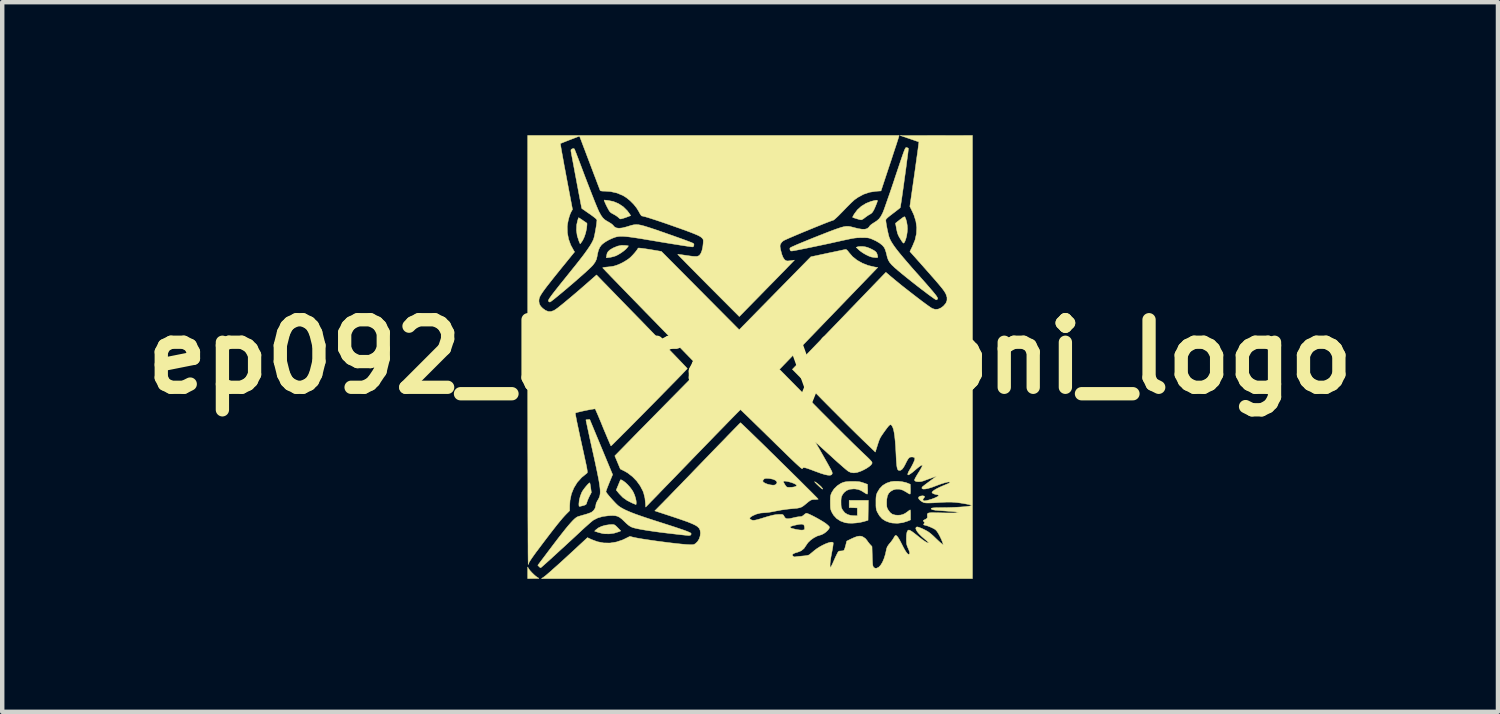
<source format=kicad_pcb>
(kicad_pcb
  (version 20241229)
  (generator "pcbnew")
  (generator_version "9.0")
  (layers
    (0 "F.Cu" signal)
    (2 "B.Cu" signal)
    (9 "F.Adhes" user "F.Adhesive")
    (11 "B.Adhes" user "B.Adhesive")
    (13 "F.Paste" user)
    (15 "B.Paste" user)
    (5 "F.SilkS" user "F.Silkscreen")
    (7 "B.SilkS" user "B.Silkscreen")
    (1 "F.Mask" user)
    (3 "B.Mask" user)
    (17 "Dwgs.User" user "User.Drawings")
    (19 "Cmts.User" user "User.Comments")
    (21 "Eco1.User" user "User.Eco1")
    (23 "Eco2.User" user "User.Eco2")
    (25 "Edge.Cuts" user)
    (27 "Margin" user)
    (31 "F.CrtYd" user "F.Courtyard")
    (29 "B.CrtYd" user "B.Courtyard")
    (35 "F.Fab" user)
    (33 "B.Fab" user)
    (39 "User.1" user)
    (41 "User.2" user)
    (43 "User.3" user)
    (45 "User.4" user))
  (footprint "ep092_library_toni_logo"
    (layer "F.Cu")
    (at 13.868 4.996)
    (property "Reference" "ep092_library_toni_logo" (at 0 0 0) (layer "F.SilkS") (effects (font (size 1.524 1.524) (thickness 0.3))))
    (attr through_hole)
    (fp_poly (pts (xy -4.992 4.784) (xy -4.965 4.821) (xy -4.926 4.864) (xy -4.881 4.909) (xy -4.837 4.948) (xy -4.799 4.976) (xy -4.783 4.986) (xy -4.768 4.993) (xy -4.764 4.998) (xy -4.777 5.001) (xy -4.807 5.003) (xy -4.859 5.003) (xy -4.88 5.003) (xy -5.016 5.004) (xy -5.016 4.743) (xy -4.992 4.784)) (stroke (width 0.01) (type solid)) (fill yes) (layer "F.SilkS"))
    (fp_poly (pts (xy 1.474 2.827) (xy 1.504 2.848) (xy 1.54 2.876) (xy 1.576 2.907) (xy 1.605 2.935) (xy 1.617 2.949) (xy 1.636 2.977) (xy 1.637 2.987) (xy 1.622 2.98) (xy 1.591 2.955) (xy 1.545 2.913) (xy 1.539 2.907) (xy 1.501 2.871) (xy 1.473 2.842) (xy 1.457 2.824) (xy 1.456 2.819) (xy 1.474 2.827)) (stroke (width 0.01) (type solid)) (fill yes) (layer "F.SilkS"))
    (fp_poly (pts (xy -3.082 3.786) (xy -3.058 3.793) (xy -3.034 3.81) (xy -3.002 3.84) (xy -2.986 3.857) (xy -2.916 3.929) (xy -2.96 3.947) (xy -3.065 3.98) (xy -3.177 3.995) (xy -3.286 3.993) (xy -3.326 3.987) (xy -3.374 3.975) (xy -3.427 3.961) (xy -3.445 3.955) (xy -3.507 3.934) (xy -3.48 3.906) (xy -3.424 3.862) (xy -3.349 3.826) (xy -3.261 3.801) (xy -3.164 3.787) (xy -3.112 3.785) (xy -3.082 3.786)) (stroke (width 0.01) (type solid)) (fill yes) (layer "F.SilkS"))
    (fp_poly (pts (xy -2.804 -2.509) (xy -2.801 -2.509) (xy -2.743 -2.5) (xy -2.77 -2.462) (xy -2.803 -2.426) (xy -2.852 -2.384) (xy -2.909 -2.343) (xy -2.969 -2.306) (xy -3.023 -2.278) (xy -3.033 -2.274) (xy -3.088 -2.257) (xy -3.147 -2.243) (xy -3.172 -2.24) (xy -3.242 -2.231) (xy -3.235 -2.286) (xy -3.224 -2.334) (xy -3.201 -2.373) (xy -3.163 -2.408) (xy -3.106 -2.443) (xy -3.084 -2.455) (xy -2.987 -2.495) (xy -2.895 -2.513) (xy -2.804 -2.509)) (stroke (width 0.01) (type solid)) (fill yes) (layer "F.SilkS"))
    (fp_poly (pts (xy -3.855 -3.13) (xy -3.829 -3.113) (xy -3.793 -3.09) (xy -3.755 -3.063) (xy -3.719 -3.039) (xy -3.692 -3.02) (xy -3.68 -3.011) (xy -3.678 -2.996) (xy -3.68 -2.962) (xy -3.685 -2.914) (xy -3.689 -2.885) (xy -3.709 -2.791) (xy -3.739 -2.702) (xy -3.775 -2.625) (xy -3.807 -2.578) (xy -3.833 -2.546) (xy -3.859 -2.606) (xy -3.899 -2.728) (xy -3.916 -2.852) (xy -3.911 -2.975) (xy -3.893 -3.058) (xy -3.881 -3.098) (xy -3.871 -3.127) (xy -3.866 -3.137) (xy -3.855 -3.13)) (stroke (width 0.01) (type solid)) (fill yes) (layer "F.SilkS"))
    (fp_poly (pts (xy -2.889 2.785) (xy -2.869 2.796) (xy -2.818 2.833) (xy -2.762 2.885) (xy -2.708 2.946) (xy -2.66 3.01) (xy -2.631 3.06) (xy -2.604 3.123) (xy -2.583 3.19) (xy -2.57 3.251) (xy -2.567 3.3) (xy -2.568 3.306) (xy -2.572 3.336) (xy -2.657 3.301) (xy -2.771 3.244) (xy -2.868 3.175) (xy -2.949 3.092) (xy -3.019 3.008) (xy -2.979 2.911) (xy -2.959 2.862) (xy -2.942 2.821) (xy -2.931 2.794) (xy -2.93 2.79) (xy -2.923 2.777) (xy -2.911 2.775) (xy -2.889 2.785)) (stroke (width 0.01) (type solid)) (fill yes) (layer "F.SilkS"))
    (fp_poly (pts (xy 2.544 -2.486) (xy 2.597 -2.479) (xy 2.647 -2.466) (xy 2.702 -2.444) (xy 2.736 -2.428) (xy 2.791 -2.399) (xy 2.827 -2.374) (xy 2.851 -2.348) (xy 2.866 -2.313) (xy 2.877 -2.27) (xy 2.881 -2.248) (xy 2.873 -2.238) (xy 2.848 -2.236) (xy 2.837 -2.236) (xy 2.789 -2.241) (xy 2.741 -2.249) (xy 2.738 -2.249) (xy 2.679 -2.27) (xy 2.611 -2.303) (xy 2.541 -2.344) (xy 2.479 -2.389) (xy 2.457 -2.408) (xy 2.394 -2.467) (xy 2.426 -2.479) (xy 2.455 -2.485) (xy 2.499 -2.487) (xy 2.544 -2.486)) (stroke (width 0.01) (type solid)) (fill yes) (layer "F.SilkS"))
    (fp_poly (pts (xy -3.208 -3.526) (xy -3.083 -3.501) (xy -2.966 -3.452) (xy -2.861 -3.383) (xy -2.77 -3.293) (xy -2.725 -3.233) (xy -2.692 -3.183) (xy -2.752 -3.16) (xy -2.803 -3.141) (xy -2.857 -3.123) (xy -2.872 -3.119) (xy -2.908 -3.109) (xy -2.93 -3.108) (xy -2.948 -3.12) (xy -2.966 -3.138) (xy -2.996 -3.163) (xy -3.039 -3.192) (xy -3.082 -3.216) (xy -3.121 -3.237) (xy -3.148 -3.256) (xy -3.169 -3.279) (xy -3.19 -3.313) (xy -3.217 -3.363) (xy -3.218 -3.365) (xy -3.244 -3.416) (xy -3.265 -3.461) (xy -3.279 -3.494) (xy -3.283 -3.504) (xy -3.292 -3.534) (xy -3.208 -3.526)) (stroke (width 0.01) (type solid)) (fill yes) (layer "F.SilkS"))
    (fp_poly (pts (xy 3.488 -3.155) (xy 3.494 -3.149) (xy 3.514 -3.103) (xy 3.532 -3.04) (xy 3.544 -2.967) (xy 3.549 -2.892) (xy 3.549 -2.883) (xy 3.544 -2.81) (xy 3.533 -2.734) (xy 3.515 -2.664) (xy 3.494 -2.605) (xy 3.476 -2.573) (xy 3.467 -2.563) (xy 3.457 -2.564) (xy 3.443 -2.578) (xy 3.421 -2.608) (xy 3.4 -2.641) (xy 3.367 -2.694) (xy 3.344 -2.738) (xy 3.327 -2.781) (xy 3.314 -2.832) (xy 3.3 -2.898) (xy 3.298 -2.912) (xy 3.28 -3.011) (xy 3.332 -3.053) (xy 3.39 -3.098) (xy 3.431 -3.129) (xy 3.459 -3.148) (xy 3.477 -3.156) (xy 3.488 -3.155)) (stroke (width 0.01) (type solid)) (fill yes) (layer "F.SilkS"))
    (fp_poly (pts (xy -3.611 2.86) (xy -3.604 2.893) (xy -3.597 2.939) (xy -3.594 2.957) (xy -3.58 3.063) (xy -3.624 3.147) (xy -3.648 3.198) (xy -3.669 3.248) (xy -3.682 3.286) (xy -3.689 3.311) (xy -3.698 3.328) (xy -3.714 3.34) (xy -3.741 3.351) (xy -3.785 3.363) (xy -3.826 3.373) (xy -3.847 3.376) (xy -3.857 3.371) (xy -3.86 3.35) (xy -3.861 3.319) (xy -3.853 3.236) (xy -3.83 3.147) (xy -3.797 3.062) (xy -3.787 3.043) (xy -3.766 3.01) (xy -3.737 2.97) (xy -3.705 2.93) (xy -3.672 2.892) (xy -3.644 2.863) (xy -3.623 2.846) (xy -3.615 2.845) (xy -3.611 2.86)) (stroke (width 0.01) (type solid)) (fill yes) (layer "F.SilkS"))
    (fp_poly (pts (xy 2.87 -3.527) (xy 2.873 -3.513) (xy 2.865 -3.486) (xy 2.857 -3.464) (xy 2.824 -3.382) (xy 2.797 -3.322) (xy 2.772 -3.277) (xy 2.749 -3.246) (xy 2.724 -3.225) (xy 2.703 -3.213) (xy 2.661 -3.188) (xy 2.614 -3.155) (xy 2.589 -3.136) (xy 2.553 -3.109) (xy 2.522 -3.092) (xy 2.506 -3.087) (xy 2.482 -3.091) (xy 2.443 -3.101) (xy 2.4 -3.114) (xy 2.358 -3.127) (xy 2.327 -3.138) (xy 2.313 -3.144) (xy 2.313 -3.144) (xy 2.316 -3.157) (xy 2.33 -3.184) (xy 2.351 -3.22) (xy 2.421 -3.314) (xy 2.51 -3.394) (xy 2.614 -3.458) (xy 2.727 -3.503) (xy 2.759 -3.511) (xy 2.816 -3.525) (xy 2.852 -3.53) (xy 2.87 -3.527)) (stroke (width 0.01) (type solid)) (fill yes) (layer "F.SilkS"))
    (fp_poly (pts (xy 3.337 2.809) (xy 3.426 2.819) (xy 3.507 2.836) (xy 3.539 2.847) (xy 3.613 2.877) (xy 3.617 2.988) (xy 3.617 3.049) (xy 3.614 3.086) (xy 3.607 3.099) (xy 3.606 3.099) (xy 3.589 3.092) (xy 3.558 3.075) (xy 3.536 3.06) (xy 3.45 3.011) (xy 3.368 2.987) (xy 3.29 2.987) (xy 3.229 3.004) (xy 3.169 3.038) (xy 3.125 3.082) (xy 3.097 3.142) (xy 3.083 3.219) (xy 3.08 3.283) (xy 3.081 3.34) (xy 3.084 3.381) (xy 3.092 3.412) (xy 3.106 3.441) (xy 3.115 3.456) (xy 3.158 3.514) (xy 3.208 3.552) (xy 3.272 3.571) (xy 3.334 3.575) (xy 3.397 3.571) (xy 3.45 3.557) (xy 3.502 3.531) (xy 3.558 3.491) (xy 3.587 3.469) (xy 3.607 3.456) (xy 3.612 3.454) (xy 3.615 3.466) (xy 3.618 3.498) (xy 3.619 3.543) (xy 3.619 3.567) (xy 3.619 3.68) (xy 3.559 3.705) (xy 3.445 3.742) (xy 3.326 3.757) (xy 3.209 3.751) (xy 3.15 3.739) (xy 3.056 3.704) (xy 2.98 3.655) (xy 2.919 3.588) (xy 2.871 3.505) (xy 2.857 3.473) (xy 2.848 3.442) (xy 2.842 3.408) (xy 2.839 3.363) (xy 2.839 3.301) (xy 2.839 3.283) (xy 2.839 3.214) (xy 2.842 3.164) (xy 2.847 3.127) (xy 2.856 3.096) (xy 2.867 3.068) (xy 2.922 2.976) (xy 2.991 2.904) (xy 3.077 2.852) (xy 3.174 2.819) (xy 3.249 2.809) (xy 3.337 2.809)) (stroke (width 0.01) (type solid)) (fill yes) (layer "F.SilkS"))
    (fp_poly (pts (xy 2.383 2.814) (xy 2.436 2.817) (xy 2.479 2.822) (xy 2.517 2.832) (xy 2.559 2.846) (xy 2.648 2.878) (xy 2.652 2.988) (xy 2.652 3.049) (xy 2.649 3.086) (xy 2.642 3.099) (xy 2.641 3.099) (xy 2.623 3.092) (xy 2.593 3.075) (xy 2.571 3.06) (xy 2.502 3.018) (xy 2.438 2.993) (xy 2.369 2.982) (xy 2.336 2.981) (xy 2.248 2.989) (xy 2.176 3.017) (xy 2.118 3.065) (xy 2.089 3.105) (xy 2.071 3.137) (xy 2.06 3.165) (xy 2.054 3.197) (xy 2.051 3.241) (xy 2.051 3.283) (xy 2.052 3.34) (xy 2.055 3.38) (xy 2.062 3.41) (xy 2.076 3.438) (xy 2.089 3.461) (xy 2.136 3.519) (xy 2.195 3.557) (xy 2.269 3.579) (xy 2.331 3.585) (xy 2.419 3.588) (xy 2.419 3.41) (xy 2.327 3.406) (xy 2.235 3.402) (xy 2.235 3.239) (xy 2.668 3.239) (xy 2.661 3.689) (xy 2.559 3.719) (xy 2.48 3.737) (xy 2.391 3.749) (xy 2.302 3.755) (xy 2.219 3.753) (xy 2.151 3.745) (xy 2.14 3.742) (xy 2.037 3.704) (xy 1.95 3.647) (xy 1.882 3.572) (xy 1.843 3.505) (xy 1.829 3.473) (xy 1.819 3.443) (xy 1.813 3.409) (xy 1.811 3.364) (xy 1.81 3.303) (xy 1.81 3.283) (xy 1.81 3.217) (xy 1.812 3.169) (xy 1.817 3.133) (xy 1.825 3.104) (xy 1.838 3.073) (xy 1.845 3.058) (xy 1.895 2.981) (xy 1.964 2.913) (xy 2.043 2.86) (xy 2.08 2.843) (xy 2.116 2.83) (xy 2.151 2.822) (xy 2.193 2.817) (xy 2.248 2.814) (xy 2.311 2.814) (xy 2.383 2.814)) (stroke (width 0.01) (type solid)) (fill yes) (layer "F.SilkS"))
    (fp_poly (pts (xy -3.1 2.659) (xy -3.176 2.842) (xy -3.202 2.907) (xy -3.224 2.963) (xy -3.24 3.008) (xy -3.25 3.036) (xy -3.251 3.043) (xy -3.243 3.06) (xy -3.22 3.092) (xy -3.187 3.133) (xy -3.146 3.181) (xy -3.101 3.231) (xy -3.056 3.28) (xy -3.015 3.322) (xy -2.98 3.355) (xy -2.962 3.369) (xy -2.919 3.399) (xy -2.87 3.427) (xy -2.812 3.457) (xy -2.744 3.487) (xy -2.664 3.52) (xy -2.569 3.556) (xy -2.458 3.595) (xy -2.328 3.639) (xy -2.178 3.688) (xy -2.006 3.743) (xy -2 3.745) (xy -1.841 3.796) (xy -1.705 3.84) (xy -1.592 3.878) (xy -1.501 3.909) (xy -1.43 3.935) (xy -1.38 3.956) (xy -1.348 3.971) (xy -1.337 3.979) (xy -1.327 3.997) (xy -1.337 4.017) (xy -1.343 4.024) (xy -1.353 4.028) (xy -1.37 4.031) (xy -1.397 4.031) (xy -1.437 4.028) (xy -1.494 4.022) (xy -1.57 4.014) (xy -1.638 4.006) (xy -1.837 3.983) (xy -2.018 3.961) (xy -2.179 3.939) (xy -2.321 3.918) (xy -2.441 3.898) (xy -2.539 3.879) (xy -2.613 3.862) (xy -2.659 3.848) (xy -2.699 3.829) (xy -2.742 3.8) (xy -2.791 3.758) (xy -2.833 3.717) (xy -2.892 3.661) (xy -2.943 3.622) (xy -2.991 3.598) (xy -3.044 3.585) (xy -3.109 3.582) (xy -3.185 3.585) (xy -3.32 3.602) (xy -3.435 3.635) (xy -3.532 3.684) (xy -3.537 3.688) (xy -3.563 3.708) (xy -3.605 3.743) (xy -3.658 3.79) (xy -3.721 3.846) (xy -3.789 3.908) (xy -3.854 3.969) (xy -3.927 4.037) (xy -4.006 4.11) (xy -4.09 4.187) (xy -4.176 4.267) (xy -4.263 4.346) (xy -4.348 4.424) (xy -4.429 4.498) (xy -4.504 4.567) (xy -4.572 4.628) (xy -4.629 4.679) (xy -4.675 4.72) (xy -4.706 4.747) (xy -4.722 4.759) (xy -4.722 4.76) (xy -4.737 4.754) (xy -4.759 4.735) (xy -4.76 4.733) (xy -4.788 4.704) (xy -4.545 4.381) (xy -4.431 4.23) (xy -4.33 4.098) (xy -4.241 3.984) (xy -4.165 3.888) (xy -4.099 3.808) (xy -4.042 3.743) (xy -3.995 3.692) (xy -3.955 3.654) (xy -3.922 3.628) (xy -3.895 3.612) (xy -3.89 3.609) (xy -3.862 3.6) (xy -3.818 3.587) (xy -3.764 3.571) (xy -3.734 3.563) (xy -3.677 3.546) (xy -3.626 3.528) (xy -3.587 3.513) (xy -3.575 3.507) (xy -3.529 3.468) (xy -3.496 3.418) (xy -3.48 3.363) (xy -3.48 3.353) (xy -3.47 3.303) (xy -3.444 3.251) (xy -3.425 3.22) (xy -3.41 3.191) (xy -3.397 3.161) (xy -3.388 3.129) (xy -3.382 3.092) (xy -3.38 3.05) (xy -3.382 2.999) (xy -3.388 2.939) (xy -3.398 2.867) (xy -3.412 2.782) (xy -3.432 2.681) (xy -3.456 2.563) (xy -3.485 2.427) (xy -3.519 2.27) (xy -3.559 2.09) (xy -3.568 2.051) (xy -3.595 1.929) (xy -3.62 1.815) (xy -3.642 1.711) (xy -3.662 1.62) (xy -3.678 1.543) (xy -3.691 1.483) (xy -3.699 1.443) (xy -3.702 1.425) (xy -3.702 1.424) (xy -3.687 1.421) (xy -3.659 1.418) (xy -3.657 1.418) (xy -3.616 1.416) (xy -3.1 2.659)) (stroke (width 0.01) (type solid)) (fill yes) (layer "F.SilkS"))
    (fp_poly (pts (xy -3.963 -4.687) (xy -3.962 -4.685) (xy -3.955 -4.67) (xy -3.941 -4.634) (xy -3.919 -4.579) (xy -3.893 -4.51) (xy -3.861 -4.428) (xy -3.827 -4.338) (xy -3.803 -4.274) (xy -3.73 -4.08) (xy -3.662 -3.903) (xy -3.601 -3.746) (xy -3.547 -3.608) (xy -3.501 -3.491) (xy -3.461 -3.394) (xy -3.43 -3.321) (xy -3.407 -3.27) (xy -3.403 -3.263) (xy -3.363 -3.19) (xy -3.323 -3.134) (xy -3.278 -3.091) (xy -3.223 -3.055) (xy -3.2 -3.043) (xy -3.155 -3.016) (xy -3.116 -2.989) (xy -3.092 -2.967) (xy -3.09 -2.964) (xy -3.057 -2.927) (xy -3.013 -2.905) (xy -2.956 -2.898) (xy -2.884 -2.905) (xy -2.795 -2.927) (xy -2.749 -2.941) (xy -2.682 -2.962) (xy -2.626 -2.975) (xy -2.575 -2.98) (xy -2.522 -2.978) (xy -2.462 -2.967) (xy -2.388 -2.948) (xy -2.324 -2.928) (xy -2.272 -2.912) (xy -2.2 -2.888) (xy -2.113 -2.859) (xy -2.015 -2.825) (xy -1.909 -2.788) (xy -1.801 -2.75) (xy -1.693 -2.712) (xy -1.592 -2.676) (xy -1.5 -2.643) (xy -1.422 -2.614) (xy -1.364 -2.592) (xy -1.315 -2.573) (xy -1.285 -2.559) (xy -1.27 -2.546) (xy -1.266 -2.533) (xy -1.267 -2.515) (xy -1.278 -2.485) (xy -1.296 -2.477) (xy -1.319 -2.479) (xy -1.365 -2.485) (xy -1.433 -2.495) (xy -1.52 -2.508) (xy -1.625 -2.525) (xy -1.746 -2.544) (xy -1.88 -2.566) (xy -2.027 -2.59) (xy -2.184 -2.617) (xy -2.295 -2.635) (xy -2.44 -2.66) (xy -2.562 -2.679) (xy -2.664 -2.694) (xy -2.749 -2.705) (xy -2.819 -2.712) (xy -2.877 -2.716) (xy -2.926 -2.716) (xy -2.968 -2.712) (xy -3.005 -2.706) (xy -3.036 -2.698) (xy -3.109 -2.671) (xy -3.185 -2.636) (xy -3.257 -2.595) (xy -3.317 -2.552) (xy -3.352 -2.521) (xy -3.391 -2.467) (xy -3.42 -2.401) (xy -3.441 -2.317) (xy -3.449 -2.267) (xy -3.465 -2.198) (xy -3.495 -2.135) (xy -3.542 -2.07) (xy -3.555 -2.055) (xy -3.583 -2.026) (xy -3.626 -1.985) (xy -3.681 -1.934) (xy -3.747 -1.874) (xy -3.821 -1.809) (xy -3.901 -1.739) (xy -3.984 -1.666) (xy -4.069 -1.594) (xy -4.153 -1.522) (xy -4.233 -1.455) (xy -4.308 -1.393) (xy -4.375 -1.338) (xy -4.431 -1.292) (xy -4.476 -1.258) (xy -4.505 -1.238) (xy -4.516 -1.232) (xy -4.536 -1.241) (xy -4.545 -1.249) (xy -4.548 -1.255) (xy -4.55 -1.263) (xy -4.547 -1.274) (xy -4.54 -1.29) (xy -4.528 -1.312) (xy -4.508 -1.34) (xy -4.481 -1.378) (xy -4.446 -1.425) (xy -4.4 -1.484) (xy -4.344 -1.555) (xy -4.277 -1.64) (xy -4.196 -1.74) (xy -4.102 -1.857) (xy -3.994 -1.992) (xy -3.956 -2.038) (xy -3.844 -2.18) (xy -3.748 -2.305) (xy -3.67 -2.413) (xy -3.608 -2.505) (xy -3.563 -2.582) (xy -3.533 -2.644) (xy -3.53 -2.652) (xy -3.519 -2.69) (xy -3.506 -2.745) (xy -3.493 -2.813) (xy -3.48 -2.885) (xy -3.468 -2.956) (xy -3.46 -3.019) (xy -3.455 -3.067) (xy -3.454 -3.081) (xy -3.461 -3.096) (xy -3.48 -3.117) (xy -3.516 -3.146) (xy -3.569 -3.186) (xy -3.625 -3.225) (xy -3.796 -3.344) (xy -3.809 -3.409) (xy -3.817 -3.448) (xy -3.828 -3.506) (xy -3.842 -3.58) (xy -3.859 -3.668) (xy -3.877 -3.765) (xy -3.897 -3.869) (xy -3.917 -3.978) (xy -3.938 -4.087) (xy -3.958 -4.195) (xy -3.977 -4.298) (xy -3.995 -4.393) (xy -4.011 -4.478) (xy -4.024 -4.548) (xy -4.034 -4.602) (xy -4.04 -4.636) (xy -4.041 -4.647) (xy -4.038 -4.671) (xy -4.016 -4.687) (xy -4.009 -4.69) (xy -3.979 -4.696) (xy -3.963 -4.687)) (stroke (width 0.01) (type solid)) (fill yes) (layer "F.SilkS"))
    (fp_poly (pts (xy 3.53 -4.718) (xy 3.531 -4.718) (xy 3.558 -4.709) (xy 3.571 -4.701) (xy 3.571 -4.688) (xy 3.567 -4.652) (xy 3.561 -4.597) (xy 3.552 -4.525) (xy 3.54 -4.44) (xy 3.528 -4.344) (xy 3.514 -4.239) (xy 3.499 -4.129) (xy 3.483 -4.017) (xy 3.468 -3.905) (xy 3.453 -3.796) (xy 3.438 -3.693) (xy 3.425 -3.6) (xy 3.413 -3.517) (xy 3.402 -3.45) (xy 3.394 -3.4) (xy 3.389 -3.37) (xy 3.388 -3.363) (xy 3.377 -3.353) (xy 3.349 -3.33) (xy 3.308 -3.298) (xy 3.258 -3.259) (xy 3.223 -3.233) (xy 3.158 -3.183) (xy 3.111 -3.145) (xy 3.081 -3.117) (xy 3.065 -3.097) (xy 3.061 -3.082) (xy 3.064 -3.049) (xy 3.071 -2.998) (xy 3.082 -2.935) (xy 3.095 -2.868) (xy 3.11 -2.802) (xy 3.123 -2.744) (xy 3.135 -2.701) (xy 3.137 -2.695) (xy 3.155 -2.651) (xy 3.179 -2.604) (xy 3.212 -2.55) (xy 3.253 -2.489) (xy 3.305 -2.419) (xy 3.369 -2.339) (xy 3.445 -2.247) (xy 3.536 -2.141) (xy 3.641 -2.019) (xy 3.763 -1.881) (xy 3.765 -1.88) (xy 3.869 -1.762) (xy 3.957 -1.663) (xy 4.03 -1.579) (xy 4.09 -1.509) (xy 4.138 -1.453) (xy 4.174 -1.408) (xy 4.201 -1.373) (xy 4.218 -1.346) (xy 4.228 -1.327) (xy 4.232 -1.313) (xy 4.23 -1.303) (xy 4.228 -1.3) (xy 4.208 -1.285) (xy 4.199 -1.283) (xy 4.185 -1.29) (xy 4.154 -1.31) (xy 4.109 -1.342) (xy 4.053 -1.382) (xy 3.99 -1.428) (xy 3.969 -1.445) (xy 3.861 -1.526) (xy 3.75 -1.612) (xy 3.638 -1.7) (xy 3.529 -1.787) (xy 3.429 -1.868) (xy 3.34 -1.942) (xy 3.268 -2.004) (xy 3.261 -2.01) (xy 3.197 -2.071) (xy 3.15 -2.126) (xy 3.117 -2.182) (xy 3.094 -2.247) (xy 3.081 -2.304) (xy 3.066 -2.361) (xy 3.048 -2.416) (xy 3.029 -2.458) (xy 3.028 -2.461) (xy 2.986 -2.512) (xy 2.922 -2.563) (xy 2.838 -2.613) (xy 2.759 -2.649) (xy 2.72 -2.665) (xy 2.685 -2.676) (xy 2.649 -2.682) (xy 2.604 -2.685) (xy 2.542 -2.686) (xy 2.521 -2.686) (xy 2.474 -2.685) (xy 2.432 -2.684) (xy 2.39 -2.68) (xy 2.346 -2.675) (xy 2.294 -2.666) (xy 2.23 -2.653) (xy 2.151 -2.636) (xy 2.053 -2.615) (xy 2.019 -2.607) (xy 1.923 -2.586) (xy 1.817 -2.562) (xy 1.705 -2.538) (xy 1.591 -2.514) (xy 1.477 -2.49) (xy 1.366 -2.467) (xy 1.261 -2.445) (xy 1.166 -2.426) (xy 1.084 -2.41) (xy 1.018 -2.397) (xy 0.97 -2.389) (xy 0.947 -2.385) (xy 0.919 -2.386) (xy 0.905 -2.403) (xy 0.9 -2.417) (xy 0.897 -2.437) (xy 0.901 -2.451) (xy 0.917 -2.464) (xy 0.951 -2.481) (xy 0.974 -2.491) (xy 1.045 -2.523) (xy 1.135 -2.561) (xy 1.238 -2.603) (xy 1.35 -2.649) (xy 1.466 -2.696) (xy 1.583 -2.742) (xy 1.695 -2.786) (xy 1.798 -2.826) (xy 1.888 -2.86) (xy 1.961 -2.886) (xy 1.974 -2.89) (xy 2.054 -2.917) (xy 2.117 -2.933) (xy 2.17 -2.941) (xy 2.219 -2.941) (xy 2.272 -2.932) (xy 2.334 -2.916) (xy 2.338 -2.915) (xy 2.442 -2.889) (xy 2.525 -2.876) (xy 2.591 -2.876) (xy 2.641 -2.89) (xy 2.677 -2.918) (xy 2.693 -2.942) (xy 2.712 -2.964) (xy 2.747 -2.992) (xy 2.79 -3.02) (xy 2.795 -3.023) (xy 2.859 -3.065) (xy 2.908 -3.108) (xy 2.948 -3.161) (xy 2.985 -3.23) (xy 2.992 -3.245) (xy 3.004 -3.273) (xy 3.023 -3.323) (xy 3.048 -3.393) (xy 3.078 -3.479) (xy 3.113 -3.579) (xy 3.152 -3.69) (xy 3.193 -3.811) (xy 3.236 -3.938) (xy 3.266 -4.03) (xy 3.315 -4.176) (xy 3.357 -4.301) (xy 3.392 -4.405) (xy 3.421 -4.49) (xy 3.445 -4.559) (xy 3.464 -4.612) (xy 3.48 -4.653) (xy 3.492 -4.682) (xy 3.502 -4.701) (xy 3.51 -4.712) (xy 3.517 -4.718) (xy 3.523 -4.719) (xy 3.53 -4.718)) (stroke (width 0.01) (type solid)) (fill yes) (layer "F.SilkS"))
    (fp_poly (pts (xy -2.474 -2.449) (xy -2.414 -2.442) (xy -2.332 -2.43) (xy -2.261 -2.419) (xy -2 -2.375) (xy -1.122 -1.491) (xy -0.245 -0.608) (xy 0.563 -1.431) (xy 1.371 -2.254) (xy 1.755 -2.336) (xy 1.851 -2.356) (xy 1.94 -2.375) (xy 2.018 -2.391) (xy 2.081 -2.405) (xy 2.128 -2.415) (xy 2.155 -2.42) (xy 2.159 -2.421) (xy 2.176 -2.413) (xy 2.203 -2.387) (xy 2.23 -2.352) (xy 2.311 -2.258) (xy 2.413 -2.177) (xy 2.532 -2.11) (xy 2.664 -2.058) (xy 2.809 -2.024) (xy 2.814 -2.023) (xy 2.879 -2.013) (xy 1.771 -0.864) (xy 0.663 0.285) (xy 1.283 0.914) (xy 1.459 1.093) (xy 1.619 1.255) (xy 1.765 1.401) (xy 1.897 1.534) (xy 2.019 1.655) (xy 2.13 1.766) (xy 2.233 1.867) (xy 2.329 1.962) (xy 2.42 2.05) (xy 2.507 2.134) (xy 2.571 2.195) (xy 2.635 2.255) (xy 2.682 2.301) (xy 2.715 2.335) (xy 2.737 2.36) (xy 2.748 2.377) (xy 2.752 2.391) (xy 2.751 2.403) (xy 2.749 2.41) (xy 2.727 2.441) (xy 2.686 2.477) (xy 2.628 2.516) (xy 2.558 2.554) (xy 2.502 2.58) (xy 2.415 2.61) (xy 2.341 2.62) (xy 2.276 2.612) (xy 2.22 2.587) (xy 2.198 2.571) (xy 2.16 2.54) (xy 2.108 2.496) (xy 2.046 2.441) (xy 1.974 2.378) (xy 1.897 2.309) (xy 1.825 2.242) (xy 1.746 2.171) (xy 1.674 2.105) (xy 1.61 2.048) (xy 1.557 1.999) (xy 1.515 1.962) (xy 1.488 1.939) (xy 1.477 1.93) (xy 1.477 1.93) (xy 1.479 1.94) (xy 1.492 1.963) (xy 1.497 1.972) (xy 1.525 2.018) (xy 1.56 2.077) (xy 1.599 2.146) (xy 1.641 2.22) (xy 1.684 2.296) (xy 1.726 2.37) (xy 1.765 2.44) (xy 1.799 2.502) (xy 1.826 2.552) (xy 1.843 2.586) (xy 1.85 2.602) (xy 1.853 2.638) (xy 1.839 2.662) (xy 1.807 2.673) (xy 1.757 2.672) (xy 1.688 2.658) (xy 1.599 2.631) (xy 1.489 2.591) (xy 1.478 2.587) (xy 1.388 2.553) (xy 1.319 2.528) (xy 1.267 2.511) (xy 1.231 2.502) (xy 1.207 2.501) (xy 1.192 2.506) (xy 1.184 2.517) (xy 1.182 2.523) (xy 1.179 2.526) (xy 1.171 2.524) (xy 1.157 2.516) (xy 1.137 2.5) (xy 1.108 2.475) (xy 1.071 2.441) (xy 1.023 2.397) (xy 0.963 2.34) (xy 0.891 2.271) (xy 0.806 2.188) (xy 0.706 2.09) (xy 0.589 1.977) (xy 0.483 1.872) (xy 0.372 1.764) (xy 0.267 1.661) (xy 0.168 1.565) (xy 0.078 1.477) (xy -0.003 1.398) (xy -0.073 1.33) (xy -0.131 1.275) (xy -0.175 1.232) (xy -0.204 1.205) (xy -0.217 1.194) (xy -0.217 1.194) (xy -0.227 1.203) (xy -0.253 1.229) (xy -0.295 1.271) (xy -0.351 1.328) (xy -0.421 1.399) (xy -0.502 1.482) (xy -0.595 1.578) (xy -0.698 1.683) (xy -0.81 1.798) (xy -0.929 1.921) (xy -1.056 2.052) (xy -1.188 2.188) (xy -1.289 2.292) (xy -1.424 2.432) (xy -1.555 2.567) (xy -1.679 2.696) (xy -1.797 2.817) (xy -1.906 2.929) (xy -2.006 3.032) (xy -2.095 3.125) (xy -2.173 3.205) (xy -2.239 3.272) (xy -2.29 3.326) (xy -2.328 3.364) (xy -2.349 3.386) (xy -2.354 3.391) (xy -2.355 3.379) (xy -2.357 3.349) (xy -2.359 3.311) (xy -2.372 3.186) (xy -2.401 3.071) (xy -2.417 3.029) (xy -2.478 2.912) (xy -2.558 2.801) (xy -2.654 2.703) (xy -2.76 2.621) (xy -2.829 2.581) (xy -2.927 2.532) (xy -3.051 2.236) (xy -2.678 1.855) (xy -2.6 1.775) (xy -2.507 1.68) (xy -2.401 1.573) (xy -2.287 1.457) (xy -2.168 1.336) (xy -2.045 1.211) (xy -1.922 1.086) (xy -1.802 0.964) (xy -1.71 0.871) (xy -1.116 0.268) (xy -2.218 -0.864) (xy -2.357 -1.006) (xy -2.49 -1.143) (xy -2.618 -1.274) (xy -2.738 -1.397) (xy -2.85 -1.513) (xy -2.953 -1.619) (xy -3.045 -1.714) (xy -3.127 -1.798) (xy -3.195 -1.87) (xy -3.251 -1.927) (xy -3.291 -1.97) (xy -3.316 -1.996) (xy -3.325 -2.005) (xy -3.315 -2.011) (xy -3.285 -2.017) (xy -3.242 -2.022) (xy -3.227 -2.023) (xy -3.169 -2.029) (xy -3.112 -2.037) (xy -3.067 -2.045) (xy -3.065 -2.046) (xy -2.996 -2.068) (xy -2.916 -2.102) (xy -2.835 -2.145) (xy -2.762 -2.191) (xy -2.724 -2.219) (xy -2.686 -2.253) (xy -2.644 -2.296) (xy -2.602 -2.343) (xy -2.565 -2.389) (xy -2.537 -2.427) (xy -2.526 -2.449) (xy -2.511 -2.452) (xy -2.474 -2.449)) (stroke (width 0.01) (type solid)) (fill yes) (layer "F.SilkS"))
    (fp_poly (pts (xy 3.333 -4.893) (xy 3.322 -4.86) (xy 3.305 -4.805) (xy 3.281 -4.733) (xy 3.252 -4.646) (xy 3.22 -4.548) (xy 3.185 -4.44) (xy 3.147 -4.327) (xy 3.127 -4.267) (xy 2.953 -3.74) (xy 2.838 -3.732) (xy 2.696 -3.71) (xy 2.562 -3.665) (xy 2.434 -3.596) (xy 2.356 -3.541) (xy 2.328 -3.516) (xy 2.286 -3.477) (xy 2.235 -3.426) (xy 2.177 -3.368) (xy 2.117 -3.306) (xy 2.102 -3.29) (xy 2.044 -3.231) (xy 1.991 -3.177) (xy 1.944 -3.133) (xy 1.908 -3.101) (xy 1.885 -3.083) (xy 1.881 -3.081) (xy 1.845 -3.069) (xy 1.79 -3.049) (xy 1.719 -3.022) (xy 1.636 -2.989) (xy 1.542 -2.951) (xy 1.442 -2.911) (xy 1.338 -2.868) (xy 1.233 -2.825) (xy 1.132 -2.783) (xy 1.035 -2.742) (xy 0.948 -2.705) (xy 0.873 -2.673) (xy 0.813 -2.646) (xy 0.77 -2.626) (xy 0.752 -2.616) (xy 0.718 -2.587) (xy 0.692 -2.55) (xy 0.69 -2.548) (xy 0.68 -2.524) (xy 0.676 -2.5) (xy 0.678 -2.47) (xy 0.686 -2.425) (xy 0.69 -2.409) (xy 0.714 -2.315) (xy 0.742 -2.243) (xy 0.775 -2.193) (xy 0.794 -2.177) (xy 0.816 -2.165) (xy 0.841 -2.16) (xy 0.877 -2.162) (xy 0.914 -2.167) (xy 1.001 -2.179) (xy 0.853 -2.026) (xy 0.815 -1.986) (xy 0.762 -1.931) (xy 0.695 -1.863) (xy 0.618 -1.784) (xy 0.532 -1.696) (xy 0.44 -1.603) (xy 0.345 -1.506) (xy 0.249 -1.408) (xy 0.231 -1.389) (xy -0.243 -0.906) (xy -0.94 -1.605) (xy -1.05 -1.716) (xy -1.154 -1.821) (xy -1.252 -1.92) (xy -1.341 -2.01) (xy -1.421 -2.091) (xy -1.49 -2.162) (xy -1.547 -2.22) (xy -1.591 -2.265) (xy -1.619 -2.295) (xy -1.632 -2.309) (xy -1.632 -2.309) (xy -1.618 -2.309) (xy -1.585 -2.305) (xy -1.535 -2.299) (xy -1.475 -2.29) (xy -1.456 -2.287) (xy -1.364 -2.274) (xy -1.293 -2.265) (xy -1.241 -2.262) (xy -1.202 -2.263) (xy -1.173 -2.27) (xy -1.151 -2.281) (xy -1.139 -2.291) (xy -1.11 -2.332) (xy -1.085 -2.395) (xy -1.067 -2.474) (xy -1.058 -2.553) (xy -1.055 -2.601) (xy -1.056 -2.632) (xy -1.063 -2.653) (xy -1.077 -2.671) (xy -1.094 -2.688) (xy -1.111 -2.701) (xy -1.134 -2.716) (xy -1.165 -2.733) (xy -1.206 -2.751) (xy -1.259 -2.773) (xy -1.326 -2.8) (xy -1.409 -2.831) (xy -1.509 -2.868) (xy -1.631 -2.911) (xy -1.772 -2.961) (xy -1.891 -3.003) (xy -2.006 -3.042) (xy -2.113 -3.078) (xy -2.209 -3.109) (xy -2.293 -3.136) (xy -2.361 -3.156) (xy -2.412 -3.169) (xy -2.441 -3.175) (xy -2.444 -3.175) (xy -2.456 -3.186) (xy -2.476 -3.214) (xy -2.499 -3.255) (xy -2.508 -3.273) (xy -2.559 -3.356) (xy -2.627 -3.441) (xy -2.707 -3.521) (xy -2.791 -3.589) (xy -2.866 -3.636) (xy -3.003 -3.693) (xy -3.146 -3.725) (xy -3.265 -3.734) (xy -3.326 -3.735) (xy -3.364 -3.74) (xy -3.381 -3.748) (xy -3.382 -3.75) (xy -3.387 -3.764) (xy -3.401 -3.801) (xy -3.422 -3.856) (xy -3.449 -3.927) (xy -3.481 -4.013) (xy -3.519 -4.111) (xy -3.559 -4.218) (xy -3.603 -4.333) (xy -3.604 -4.337) (xy -3.648 -4.452) (xy -3.689 -4.561) (xy -3.727 -4.662) (xy -3.761 -4.75) (xy -3.789 -4.825) (xy -3.811 -4.884) (xy -3.827 -4.924) (xy -3.834 -4.942) (xy -3.834 -4.942) (xy -3.847 -4.976) (xy -4.059 -4.895) (xy -4.127 -4.869) (xy -4.187 -4.845) (xy -4.235 -4.826) (xy -4.267 -4.813) (xy -4.278 -4.807) (xy -4.277 -4.794) (xy -4.271 -4.758) (xy -4.262 -4.701) (xy -4.249 -4.626) (xy -4.232 -4.535) (xy -4.213 -4.429) (xy -4.192 -4.312) (xy -4.168 -4.186) (xy -4.145 -4.061) (xy -4.005 -3.321) (xy -4.028 -3.283) (xy -4.054 -3.23) (xy -4.079 -3.159) (xy -4.1 -3.08) (xy -4.116 -2.999) (xy -4.124 -2.934) (xy -4.12 -2.794) (xy -4.094 -2.653) (xy -4.045 -2.518) (xy -3.98 -2.399) (xy -3.958 -2.365) (xy -4.147 -2.132) (xy -4.262 -1.991) (xy -4.361 -1.868) (xy -4.446 -1.762) (xy -4.518 -1.67) (xy -4.579 -1.593) (xy -4.628 -1.528) (xy -4.668 -1.473) (xy -4.699 -1.427) (xy -4.723 -1.389) (xy -4.74 -1.357) (xy -4.751 -1.33) (xy -4.758 -1.306) (xy -4.761 -1.283) (xy -4.762 -1.261) (xy -4.763 -1.256) (xy -4.754 -1.196) (xy -4.726 -1.142) (xy -4.678 -1.092) (xy -4.612 -1.044) (xy -4.55 -1.02) (xy -4.488 -1.02) (xy -4.423 -1.043) (xy -4.39 -1.064) (xy -4.35 -1.092) (xy -4.294 -1.136) (xy -4.224 -1.192) (xy -4.143 -1.259) (xy -4.053 -1.334) (xy -3.956 -1.416) (xy -3.855 -1.502) (xy -3.753 -1.591) (xy -3.684 -1.651) (xy -3.463 -1.845) (xy -3.36 -1.739) (xy -3.337 -1.715) (xy -3.297 -1.674) (xy -3.242 -1.618) (xy -3.174 -1.548) (xy -3.093 -1.465) (xy -3.002 -1.371) (xy -2.9 -1.266) (xy -2.791 -1.154) (xy -2.674 -1.034) (xy -2.552 -0.909) (xy -2.425 -0.779) (xy -2.336 -0.687) (xy -2.21 -0.557) (xy -2.089 -0.433) (xy -1.974 -0.315) (xy -1.867 -0.204) (xy -1.768 -0.102) (xy -1.679 -0.01) (xy -1.601 0.071) (xy -1.535 0.14) (xy -1.483 0.195) (xy -1.445 0.235) (xy -1.422 0.26) (xy -1.416 0.267) (xy -1.425 0.277) (xy -1.45 0.304) (xy -1.49 0.346) (xy -1.543 0.402) (xy -1.608 0.469) (xy -1.684 0.547) (xy -1.769 0.633) (xy -1.861 0.727) (xy -1.959 0.827) (xy -2.061 0.931) (xy -2.167 1.039) (xy -2.274 1.147) (xy -2.381 1.256) (xy -2.487 1.363) (xy -2.59 1.467) (xy -2.688 1.566) (xy -2.78 1.659) (xy -2.866 1.744) (xy -2.942 1.821) (xy -3.008 1.886) (xy -3.062 1.94) (xy -3.102 1.98) (xy -3.128 2.004) (xy -3.138 2.012) (xy -3.144 2) (xy -3.159 1.967) (xy -3.181 1.915) (xy -3.21 1.849) (xy -3.243 1.769) (xy -3.281 1.68) (xy -3.315 1.598) (xy -3.354 1.501) (xy -3.391 1.413) (xy -3.424 1.334) (xy -3.452 1.269) (xy -3.474 1.219) (xy -3.488 1.187) (xy -3.493 1.177) (xy -3.507 1.176) (xy -3.542 1.181) (xy -3.591 1.189) (xy -3.65 1.2) (xy -3.714 1.213) (xy -3.779 1.227) (xy -3.839 1.241) (xy -3.889 1.253) (xy -3.925 1.263) (xy -3.941 1.27) (xy -3.94 1.284) (xy -3.935 1.32) (xy -3.924 1.377) (xy -3.91 1.451) (xy -3.891 1.541) (xy -3.869 1.644) (xy -3.845 1.758) (xy -3.818 1.881) (xy -3.804 1.945) (xy -3.772 2.09) (xy -3.745 2.213) (xy -3.723 2.315) (xy -3.705 2.398) (xy -3.691 2.464) (xy -3.681 2.516) (xy -3.675 2.555) (xy -3.671 2.583) (xy -3.67 2.602) (xy -3.672 2.614) (xy -3.675 2.621) (xy -3.679 2.625) (xy -3.8 2.724) (xy -3.899 2.835) (xy -3.975 2.959) (xy -4.03 3.094) (xy -4.061 3.24) (xy -4.069 3.359) (xy -4.07 3.473) (xy -4.147 3.55) (xy -4.187 3.592) (xy -4.235 3.646) (xy -4.291 3.713) (xy -4.357 3.794) (xy -4.434 3.892) (xy -4.523 4.007) (xy -4.625 4.141) (xy -4.682 4.216) (xy -4.761 4.322) (xy -4.827 4.409) (xy -4.879 4.481) (xy -4.92 4.539) (xy -4.951 4.585) (xy -4.974 4.621) (xy -4.99 4.65) (xy -4.999 4.673) (xy -5.004 4.689) (xy -5.005 4.68) (xy -5.005 4.645) (xy -5.006 4.588) (xy -5.007 4.507) (xy -5.008 4.405) (xy -5.008 4.281) (xy -5.009 4.137) (xy -5.009 3.974) (xy -5.01 3.792) (xy -5.011 3.592) (xy -5.011 3.376) (xy -5.012 3.144) (xy -5.012 2.897) (xy -5.013 2.635) (xy -5.013 2.36) (xy -5.014 2.073) (xy -5.014 1.774) (xy -5.014 1.464) (xy -5.015 1.144) (xy -5.015 0.815) (xy -5.015 0.478) (xy -5.015 0.134) (xy -5.015 -0.13) (xy -5.016 -4.991) (xy 3.363 -4.991) (xy 3.333 -4.893)) (stroke (width 0.01) (type solid)) (fill yes) (layer "F.SilkS"))
    (fp_poly (pts (xy 5.016 5.004) (xy 0.156 5.004) (xy -4.705 5.004) (xy -4.653 4.969) (xy -4.625 4.948) (xy -4.58 4.911) (xy -4.52 4.859) (xy -4.446 4.793) (xy -4.359 4.716) (xy -4.261 4.628) (xy -4.154 4.53) (xy -4.039 4.424) (xy -3.917 4.312) (xy -3.907 4.302) (xy -3.667 4.08) (xy -3.576 4.123) (xy -3.441 4.173) (xy -3.3 4.2) (xy -3.158 4.202) (xy -3.016 4.179) (xy -2.877 4.133) (xy -2.826 4.109) (xy -2.711 4.052) (xy -2.642 4.07) (xy -2.591 4.081) (xy -2.52 4.095) (xy -2.43 4.11) (xy -2.326 4.126) (xy -2.212 4.143) (xy -2.092 4.16) (xy -1.969 4.176) (xy -1.846 4.192) (xy -1.729 4.206) (xy -1.62 4.218) (xy -1.523 4.228) (xy -1.442 4.235) (xy -1.412 4.237) (xy -1.351 4.24) (xy -1.309 4.24) (xy -1.281 4.238) (xy -1.259 4.231) (xy -1.239 4.219) (xy -1.232 4.215) (xy -1.185 4.17) (xy -1.149 4.111) (xy -1.127 4.045) (xy -1.119 3.977) (xy -1.127 3.915) (xy -1.146 3.873) (xy -1.165 3.85) (xy -1.179 3.839) (xy 0.904 3.839) (xy 0.905 3.853) (xy 0.929 3.867) (xy 0.949 3.873) (xy 1.031 3.894) (xy 1.103 3.906) (xy 1.162 3.911) (xy 1.204 3.908) (xy 1.226 3.895) (xy 1.227 3.892) (xy 1.23 3.867) (xy 1.227 3.832) (xy 1.226 3.829) (xy 1.217 3.8) (xy 1.199 3.783) (xy 1.168 3.776) (xy 1.122 3.778) (xy 1.055 3.79) (xy 1.052 3.791) (xy 0.978 3.808) (xy 0.929 3.823) (xy 0.904 3.839) (xy -1.179 3.839) (xy -1.192 3.827) (xy -1.228 3.804) (xy -1.276 3.78) (xy -1.338 3.753) (xy -1.415 3.722) (xy -1.512 3.688) (xy -1.628 3.648) (xy -1.738 3.611) (xy -2.149 3.476) (xy -1.997 3.322) (xy -1.965 3.29) (xy -1.918 3.241) (xy -1.855 3.178) (xy -1.78 3.1) (xy -1.694 3.011) (xy -1.597 2.912) (xy -1.499 2.81) (xy 0.286 2.81) (xy 0.307 2.834) (xy 0.348 2.858) (xy 0.402 2.877) (xy 0.457 2.89) (xy 0.513 2.897) (xy 0.551 2.895) (xy 0.578 2.883) (xy 0.596 2.865) (xy 0.608 2.836) (xy 0.6 2.817) (xy 0.749 2.817) (xy 0.756 2.833) (xy 0.772 2.862) (xy 0.787 2.887) (xy 0.81 2.921) (xy 0.829 2.939) (xy 0.853 2.945) (xy 0.892 2.946) (xy 0.892 2.946) (xy 0.942 2.944) (xy 0.99 2.937) (xy 1.006 2.933) (xy 1.042 2.919) (xy 1.051 2.902) (xy 1.036 2.883) (xy 0.995 2.861) (xy 0.994 2.86) (xy 0.935 2.838) (xy 0.877 2.821) (xy 0.825 2.81) (xy 0.783 2.805) (xy 0.757 2.808) (xy 0.749 2.817) (xy 0.6 2.817) (xy 0.597 2.808) (xy 0.566 2.784) (xy 0.517 2.763) (xy 0.455 2.75) (xy 0.42 2.746) (xy 0.372 2.744) (xy 0.342 2.746) (xy 0.321 2.754) (xy 0.307 2.767) (xy 0.29 2.791) (xy 0.286 2.81) (xy -1.499 2.81) (xy -1.493 2.804) (xy -1.381 2.689) (xy -1.265 2.568) (xy -1.145 2.444) (xy -1.035 2.33) (xy -0.917 2.208) (xy -0.804 2.091) (xy -0.697 1.981) (xy -0.597 1.879) (xy -0.507 1.785) (xy -0.426 1.702) (xy -0.357 1.631) (xy -0.3 1.573) (xy -0.257 1.529) (xy -0.229 1.501) (xy -0.217 1.489) (xy -0.216 1.489) (xy -0.206 1.497) (xy -0.18 1.521) (xy -0.138 1.561) (xy -0.083 1.614) (xy -0.016 1.678) (xy 0.062 1.754) (xy 0.148 1.838) (xy 0.243 1.929) (xy 0.343 2.027) (xy 0.447 2.13) (xy 0.555 2.235) (xy 0.663 2.342) (xy 0.772 2.449) (xy 0.88 2.555) (xy 0.984 2.658) (xy 1.084 2.756) (xy 1.177 2.849) (xy 1.263 2.935) (xy 1.34 3.011) (xy 1.407 3.078) (xy 1.461 3.133) (xy 1.502 3.174) (xy 1.528 3.202) (xy 1.537 3.212) (xy 1.537 3.213) (xy 1.521 3.216) (xy 1.489 3.219) (xy 1.46 3.219) (xy 1.421 3.221) (xy 1.39 3.227) (xy 1.359 3.241) (xy 1.323 3.266) (xy 1.277 3.304) (xy 1.257 3.321) (xy 1.207 3.361) (xy 1.164 3.389) (xy 1.118 3.406) (xy 1.062 3.417) (xy 0.996 3.423) (xy 0.852 3.437) (xy 0.701 3.458) (xy 0.558 3.485) (xy 0.52 3.493) (xy 0.459 3.504) (xy 0.396 3.513) (xy 0.344 3.518) (xy 0.334 3.518) (xy 0.235 3.526) (xy 0.141 3.55) (xy 0.061 3.585) (xy 0.059 3.586) (xy 0.016 3.613) (xy -0.005 3.634) (xy -0.007 3.651) (xy 0.008 3.666) (xy 0.031 3.681) (xy 0.056 3.689) (xy 0.087 3.69) (xy 0.129 3.683) (xy 0.185 3.669) (xy 0.26 3.647) (xy 0.278 3.641) (xy 0.376 3.611) (xy 0.455 3.589) (xy 0.519 3.573) (xy 0.573 3.563) (xy 0.622 3.558) (xy 0.671 3.556) (xy 0.673 3.556) (xy 0.715 3.557) (xy 0.739 3.562) (xy 0.755 3.575) (xy 0.768 3.599) (xy 0.77 3.604) (xy 0.789 3.632) (xy 0.813 3.649) (xy 0.847 3.655) (xy 0.895 3.651) (xy 0.962 3.636) (xy 0.975 3.633) (xy 1.03 3.62) (xy 1.082 3.611) (xy 1.122 3.607) (xy 1.127 3.607) (xy 1.168 3.601) (xy 1.201 3.58) (xy 1.213 3.569) (xy 1.242 3.544) (xy 1.268 3.531) (xy 1.274 3.531) (xy 1.297 3.537) (xy 1.338 3.554) (xy 1.391 3.579) (xy 1.452 3.61) (xy 1.517 3.645) (xy 1.58 3.681) (xy 1.639 3.716) (xy 1.687 3.747) (xy 1.706 3.76) (xy 1.751 3.797) (xy 1.781 3.826) (xy 1.791 3.846) (xy 1.78 3.879) (xy 1.751 3.916) (xy 1.711 3.954) (xy 1.663 3.988) (xy 1.615 4.013) (xy 1.585 4.022) (xy 1.512 4.045) (xy 1.436 4.085) (xy 1.365 4.136) (xy 1.305 4.194) (xy 1.264 4.254) (xy 1.264 4.254) (xy 1.215 4.326) (xy 1.153 4.377) (xy 1.078 4.407) (xy 1.023 4.423) (xy 0.981 4.441) (xy 0.957 4.46) (xy 0.953 4.47) (xy 0.963 4.492) (xy 0.986 4.51) (xy 1.01 4.516) (xy 1.014 4.515) (xy 1.035 4.51) (xy 1.075 4.505) (xy 1.128 4.5) (xy 1.172 4.496) (xy 1.236 4.49) (xy 1.288 4.482) (xy 1.322 4.473) (xy 1.332 4.469) (xy 1.352 4.453) (xy 1.386 4.425) (xy 1.427 4.391) (xy 1.443 4.377) (xy 1.502 4.332) (xy 1.567 4.29) (xy 1.634 4.253) (xy 1.699 4.222) (xy 1.759 4.199) (xy 1.811 4.185) (xy 1.85 4.182) (xy 1.872 4.192) (xy 1.875 4.197) (xy 1.875 4.216) (xy 1.871 4.255) (xy 1.863 4.31) (xy 1.851 4.375) (xy 1.843 4.417) (xy 1.825 4.513) (xy 1.813 4.596) (xy 1.805 4.663) (xy 1.804 4.713) (xy 1.807 4.743) (xy 1.815 4.75) (xy 1.824 4.739) (xy 1.84 4.71) (xy 1.861 4.667) (xy 1.873 4.639) (xy 1.9 4.579) (xy 1.927 4.518) (xy 1.952 4.467) (xy 1.958 4.455) (xy 1.978 4.415) (xy 1.994 4.393) (xy 2.012 4.384) (xy 2.038 4.382) (xy 2.05 4.381) (xy 2.088 4.378) (xy 2.115 4.368) (xy 2.119 4.364) (xy 2.129 4.344) (xy 2.142 4.306) (xy 2.155 4.259) (xy 2.157 4.253) (xy 2.18 4.159) (xy 2.274 4.112) (xy 2.351 4.077) (xy 2.412 4.055) (xy 2.462 4.046) (xy 2.505 4.048) (xy 2.542 4.061) (xy 2.601 4.1) (xy 2.635 4.141) (xy 2.665 4.184) (xy 2.699 4.226) (xy 2.711 4.239) (xy 2.75 4.281) (xy 2.756 4.503) (xy 2.759 4.584) (xy 2.762 4.643) (xy 2.765 4.685) (xy 2.77 4.713) (xy 2.776 4.732) (xy 2.784 4.745) (xy 2.79 4.751) (xy 2.817 4.77) (xy 2.85 4.77) (xy 2.856 4.769) (xy 2.902 4.747) (xy 2.946 4.701) (xy 2.987 4.634) (xy 3.023 4.549) (xy 3.054 4.448) (xy 3.078 4.333) (xy 3.079 4.329) (xy 3.096 4.284) (xy 3.134 4.229) (xy 3.15 4.211) (xy 3.186 4.167) (xy 3.217 4.124) (xy 3.239 4.089) (xy 3.239 4.089) (xy 3.257 4.057) (xy 3.273 4.035) (xy 3.277 4.032) (xy 3.294 4.031) (xy 3.316 4.048) (xy 3.344 4.085) (xy 3.378 4.143) (xy 3.419 4.223) (xy 3.464 4.311) (xy 3.501 4.376) (xy 3.532 4.422) (xy 3.556 4.448) (xy 3.575 4.458) (xy 3.576 4.458) (xy 3.596 4.45) (xy 3.601 4.425) (xy 3.59 4.382) (xy 3.568 4.327) (xy 3.548 4.282) (xy 3.536 4.245) (xy 3.529 4.208) (xy 3.526 4.161) (xy 3.525 4.108) (xy 3.528 4.023) (xy 3.538 3.962) (xy 3.554 3.924) (xy 3.577 3.909) (xy 3.588 3.91) (xy 3.611 3.919) (xy 3.647 3.94) (xy 3.695 3.975) (xy 3.759 4.025) (xy 3.816 4.071) (xy 3.884 4.124) (xy 3.942 4.164) (xy 3.988 4.191) (xy 4.02 4.201) (xy 4.029 4.201) (xy 4.026 4.191) (xy 4.005 4.17) (xy 3.972 4.14) (xy 3.937 4.111) (xy 3.868 4.051) (xy 3.812 3.995) (xy 3.771 3.945) (xy 3.746 3.902) (xy 3.737 3.868) (xy 3.747 3.846) (xy 3.767 3.838) (xy 3.79 3.842) (xy 3.828 3.855) (xy 3.878 3.875) (xy 3.92 3.895) (xy 3.969 3.92) (xy 4.011 3.944) (xy 4.049 3.971) (xy 4.09 4.004) (xy 4.138 4.047) (xy 4.198 4.105) (xy 4.2 4.107) (xy 4.251 4.155) (xy 4.295 4.195) (xy 4.329 4.223) (xy 4.35 4.238) (xy 4.356 4.239) (xy 4.35 4.212) (xy 4.335 4.169) (xy 4.313 4.117) (xy 4.287 4.061) (xy 4.259 4.008) (xy 4.236 3.969) (xy 4.209 3.93) (xy 4.182 3.902) (xy 4.147 3.879) (xy 4.098 3.855) (xy 4.047 3.833) (xy 3.999 3.815) (xy 3.962 3.804) (xy 3.959 3.803) (xy 3.926 3.796) (xy 3.914 3.788) (xy 3.918 3.774) (xy 3.927 3.759) (xy 3.936 3.738) (xy 3.924 3.721) (xy 3.918 3.717) (xy 3.905 3.705) (xy 3.907 3.695) (xy 3.926 3.682) (xy 3.948 3.671) (xy 3.981 3.653) (xy 3.996 3.636) (xy 4 3.613) (xy 3.999 3.596) (xy 3.997 3.571) (xy 3.998 3.551) (xy 4.005 3.537) (xy 4.02 3.527) (xy 4.047 3.521) (xy 4.088 3.518) (xy 4.145 3.518) (xy 4.223 3.519) (xy 4.31 3.521) (xy 4.397 3.523) (xy 4.479 3.524) (xy 4.55 3.524) (xy 4.607 3.523) (xy 4.644 3.521) (xy 4.655 3.519) (xy 4.705 3.51) (xy 4.661 3.502) (xy 4.633 3.498) (xy 4.585 3.493) (xy 4.523 3.488) (xy 4.453 3.483) (xy 4.413 3.48) (xy 4.315 3.473) (xy 4.238 3.467) (xy 4.181 3.462) (xy 4.14 3.455) (xy 4.113 3.449) (xy 4.096 3.441) (xy 4.092 3.438) (xy 4.083 3.427) (xy 4.088 3.419) (xy 4.109 3.412) (xy 4.147 3.408) (xy 4.206 3.405) (xy 4.288 3.404) (xy 4.343 3.404) (xy 4.441 3.403) (xy 4.539 3.4) (xy 4.635 3.396) (xy 4.725 3.391) (xy 4.808 3.385) (xy 4.879 3.378) (xy 4.936 3.371) (xy 4.976 3.364) (xy 4.995 3.357) (xy 4.995 3.352) (xy 4.976 3.344) (xy 4.935 3.333) (xy 4.879 3.322) (xy 4.812 3.31) (xy 4.737 3.298) (xy 4.661 3.288) (xy 4.658 3.288) (xy 4.604 3.283) (xy 4.549 3.28) (xy 4.489 3.279) (xy 4.418 3.28) (xy 4.331 3.284) (xy 4.246 3.289) (xy 4.148 3.295) (xy 4.072 3.298) (xy 4.015 3.299) (xy 3.973 3.298) (xy 3.943 3.295) (xy 3.921 3.29) (xy 3.882 3.272) (xy 3.843 3.245) (xy 3.813 3.215) (xy 3.798 3.189) (xy 3.797 3.183) (xy 3.809 3.16) (xy 3.841 3.144) (xy 3.887 3.137) (xy 3.892 3.137) (xy 3.926 3.143) (xy 3.937 3.158) (xy 3.926 3.18) (xy 3.918 3.188) (xy 3.9 3.212) (xy 3.901 3.236) (xy 3.918 3.25) (xy 3.928 3.251) (xy 3.971 3.246) (xy 4.03 3.232) (xy 4.096 3.212) (xy 4.161 3.187) (xy 4.191 3.174) (xy 4.235 3.151) (xy 4.255 3.135) (xy 4.252 3.123) (xy 4.224 3.113) (xy 4.19 3.107) (xy 4.152 3.096) (xy 4.122 3.082) (xy 4.12 3.081) (xy 4.104 3.067) (xy 4.105 3.055) (xy 4.121 3.035) (xy 4.152 3.011) (xy 4.203 2.98) (xy 4.273 2.945) (xy 4.357 2.908) (xy 4.417 2.883) (xy 4.472 2.86) (xy 4.503 2.842) (xy 4.511 2.83) (xy 4.51 2.828) (xy 4.488 2.823) (xy 4.446 2.829) (xy 4.386 2.844) (xy 4.309 2.868) (xy 4.218 2.901) (xy 4.182 2.915) (xy 4.096 2.947) (xy 4.02 2.969) (xy 3.959 2.982) (xy 3.912 2.985) (xy 3.884 2.978) (xy 3.874 2.961) (xy 3.883 2.939) (xy 3.896 2.927) (xy 3.926 2.903) (xy 3.969 2.87) (xy 4.021 2.831) (xy 4.045 2.814) (xy 4.099 2.774) (xy 4.145 2.74) (xy 4.18 2.715) (xy 4.2 2.7) (xy 4.203 2.697) (xy 4.194 2.699) (xy 4.166 2.708) (xy 4.124 2.723) (xy 4.082 2.738) (xy 4.024 2.759) (xy 3.969 2.779) (xy 3.925 2.795) (xy 3.907 2.802) (xy 3.856 2.815) (xy 3.805 2.819) (xy 3.759 2.816) (xy 3.725 2.805) (xy 3.709 2.787) (xy 3.708 2.782) (xy 3.715 2.762) (xy 3.732 2.727) (xy 3.758 2.682) (xy 3.779 2.647) (xy 3.826 2.572) (xy 3.858 2.517) (xy 3.878 2.478) (xy 3.886 2.455) (xy 3.882 2.446) (xy 3.867 2.449) (xy 3.851 2.456) (xy 3.826 2.473) (xy 3.788 2.501) (xy 3.746 2.536) (xy 3.734 2.547) (xy 3.677 2.595) (xy 3.627 2.633) (xy 3.59 2.657) (xy 3.566 2.667) (xy 3.566 2.667) (xy 3.556 2.657) (xy 3.56 2.632) (xy 3.575 2.594) (xy 3.594 2.561) (xy 3.629 2.502) (xy 3.662 2.44) (xy 3.69 2.382) (xy 3.709 2.335) (xy 3.714 2.319) (xy 3.716 2.288) (xy 3.701 2.27) (xy 3.667 2.262) (xy 3.643 2.261) (xy 3.615 2.264) (xy 3.592 2.275) (xy 3.57 2.298) (xy 3.546 2.336) (xy 3.516 2.393) (xy 3.505 2.417) (xy 3.467 2.487) (xy 3.432 2.535) (xy 3.398 2.56) (xy 3.373 2.565) (xy 3.354 2.563) (xy 3.339 2.555) (xy 3.327 2.538) (xy 3.318 2.509) (xy 3.31 2.466) (xy 3.304 2.407) (xy 3.298 2.329) (xy 3.293 2.228) (xy 3.291 2.184) (xy 3.283 2.031) (xy 3.273 1.902) (xy 3.262 1.795) (xy 3.249 1.708) (xy 3.235 1.64) (xy 3.217 1.589) (xy 3.198 1.554) (xy 3.192 1.547) (xy 3.178 1.535) (xy 3.163 1.533) (xy 3.145 1.543) (xy 3.121 1.567) (xy 3.089 1.607) (xy 3.046 1.665) (xy 3.027 1.691) (xy 2.984 1.753) (xy 2.952 1.801) (xy 2.928 1.845) (xy 2.908 1.892) (xy 2.889 1.948) (xy 2.875 1.992) (xy 2.825 2.15) (xy 2.527 1.864) (xy 2.466 1.804) (xy 2.389 1.729) (xy 2.3 1.641) (xy 2.2 1.542) (xy 2.092 1.434) (xy 1.978 1.32) (xy 1.861 1.203) (xy 1.743 1.084) (xy 1.627 0.967) (xy 1.592 0.931) (xy 0.954 0.284) (xy 3.063 -1.904) (xy 3.179 -1.805) (xy 3.251 -1.745) (xy 3.333 -1.678) (xy 3.421 -1.606) (xy 3.515 -1.532) (xy 3.61 -1.458) (xy 3.704 -1.385) (xy 3.795 -1.315) (xy 3.879 -1.251) (xy 3.955 -1.195) (xy 4.02 -1.148) (xy 4.071 -1.112) (xy 4.106 -1.091) (xy 4.111 -1.088) (xy 4.175 -1.068) (xy 4.242 -1.073) (xy 4.309 -1.103) (xy 4.367 -1.148) (xy 4.417 -1.208) (xy 4.442 -1.272) (xy 4.442 -1.34) (xy 4.418 -1.412) (xy 4.414 -1.42) (xy 4.403 -1.44) (xy 4.391 -1.461) (xy 4.375 -1.485) (xy 4.356 -1.512) (xy 4.332 -1.543) (xy 4.301 -1.581) (xy 4.263 -1.627) (xy 4.216 -1.682) (xy 4.159 -1.748) (xy 4.091 -1.825) (xy 4.011 -1.916) (xy 3.918 -2.021) (xy 3.81 -2.143) (xy 3.686 -2.282) (xy 3.605 -2.373) (xy 3.663 -2.492) (xy 3.721 -2.633) (xy 3.752 -2.773) (xy 3.759 -2.914) (xy 3.74 -3.054) (xy 3.696 -3.196) (xy 3.661 -3.273) (xy 3.604 -3.39) (xy 3.708 -4.115) (xy 3.727 -4.248) (xy 3.744 -4.373) (xy 3.76 -4.488) (xy 3.775 -4.591) (xy 3.787 -4.679) (xy 3.796 -4.751) (xy 3.803 -4.804) (xy 3.807 -4.836) (xy 3.808 -4.845) (xy 3.795 -4.85) (xy 3.762 -4.861) (xy 3.713 -4.878) (xy 3.652 -4.899) (xy 3.594 -4.919) (xy 3.385 -4.989) (xy 4.201 -4.99) (xy 5.016 -4.991) (xy 5.016 5.004)) (stroke (width 0.01) (type solid)) (fill yes) (layer "F.SilkS")))
  (gr_rect
    (start -3 -3)
    (end 30.737 13.005)
    (stroke (width 0.1) (type default))
    (fill no)
    (layer "Edge.Cuts")))
</source>
